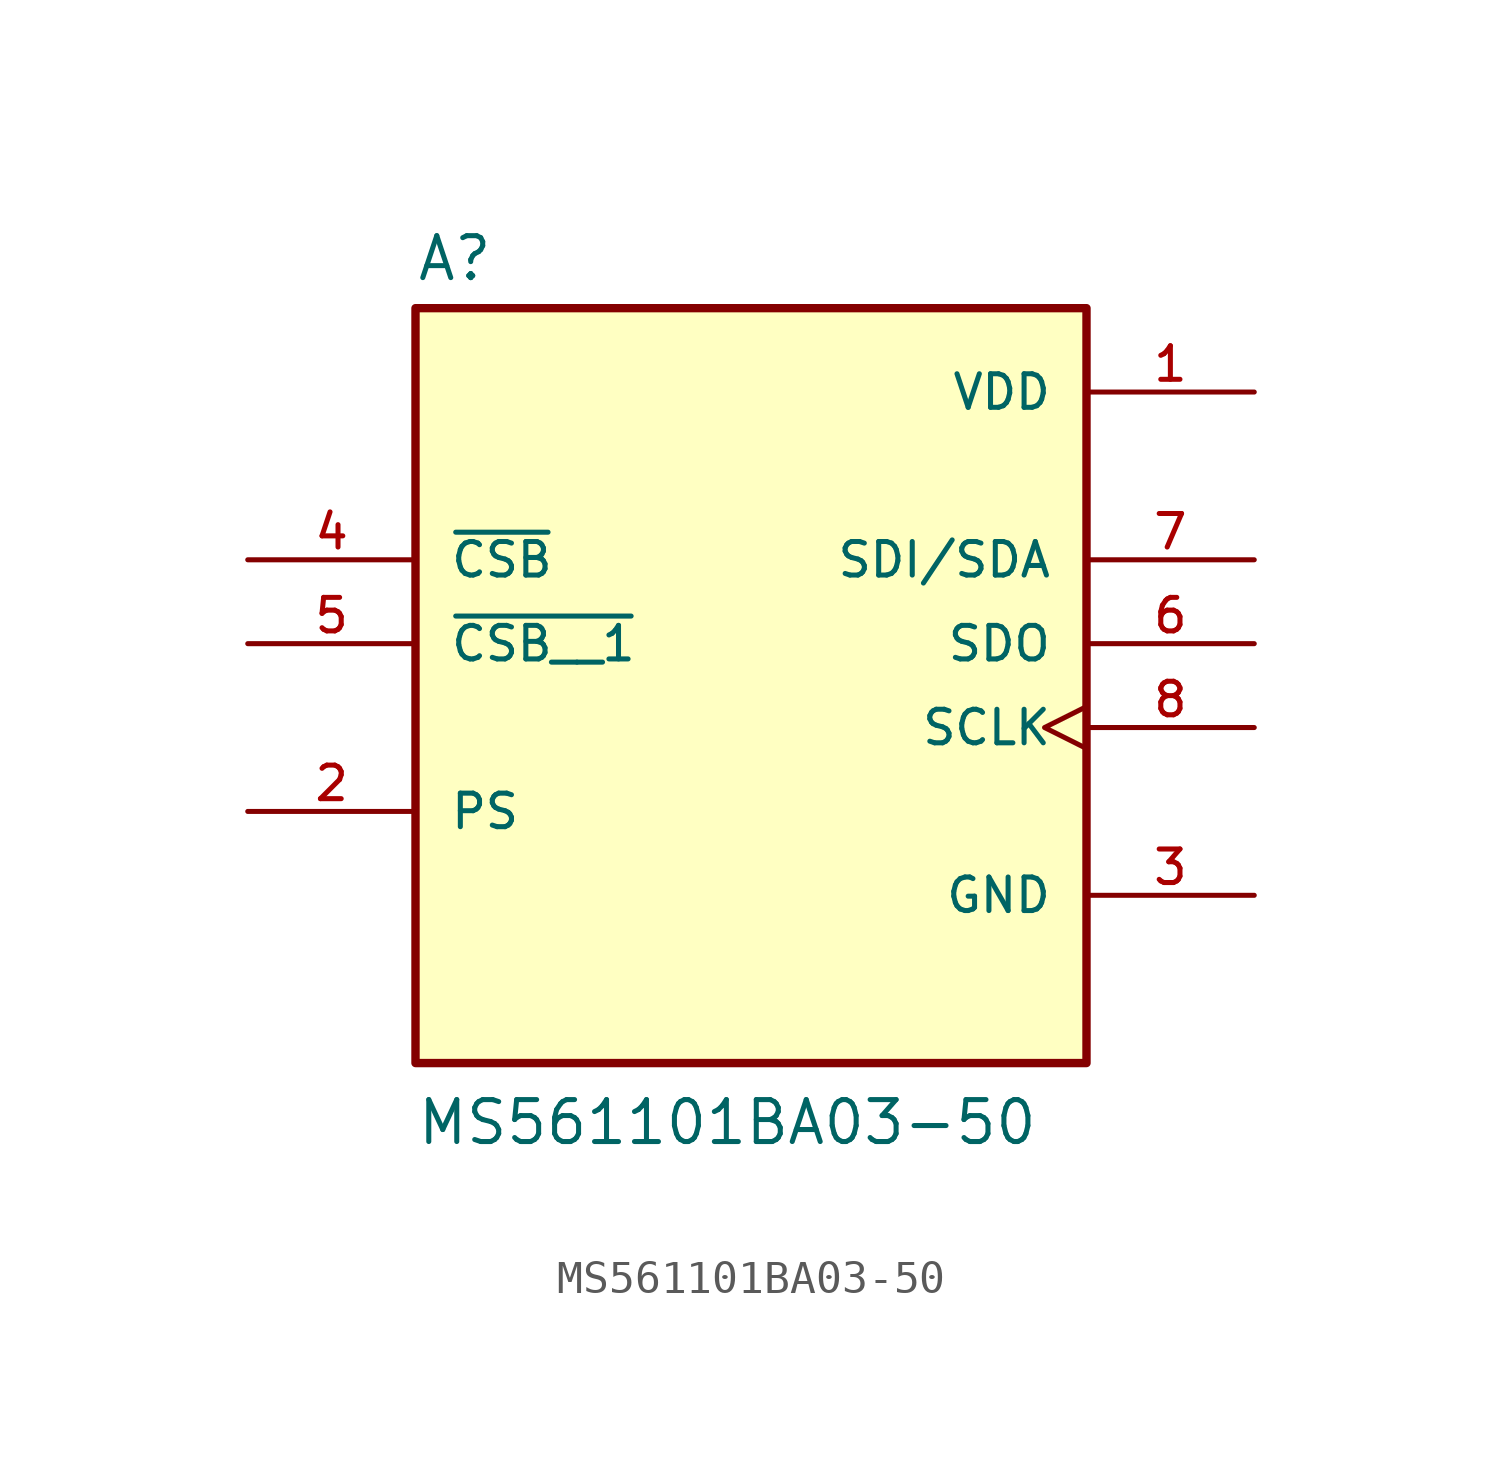
<source format=kicad_sym>
(kicad_symbol_lib
  (version 20211014)
  (generator kicad_symbol_editor)
  (symbol "MS561101BA03-50"
    (pin_names
      (offset 1.016))
    (property "Reference" "A"
      (at -10.16 10.922 0)
      (effects (font (size 1.27 1.27)) (justify bottom left)))
    (property "Value" "MS561101BA03-50"
      (at -10.16 -15.24 0)
      (effects (font (size 1.27 1.27)) (justify bottom left)))
    (symbol "MS561101BA03-50_0_0"
      (rectangle (start -10.16 -12.7) (end 10.16 10.16) (stroke (width 0.254)) (fill (type background)))
      (pin power_in line (at 15.24 7.62 180.0) (length 5.08) (name "VDD" (effects (font (size 1.016 1.016)))) (number "1" (effects (font (size 1.016 1.016)))))
      (pin power_in line (at 15.24 -7.62 180.0) (length 5.08) (name "GND" (effects (font (size 1.016 1.016)))) (number "3" (effects (font (size 1.016 1.016)))))
      (pin input line (at -15.24 -5.08 0) (length 5.08) (name "PS" (effects (font (size 1.016 1.016)))) (number "2" (effects (font (size 1.016 1.016)))))
      (pin input line (at -15.24 2.54 0) (length 5.08) (name "~{CSB}" (effects (font (size 1.016 1.016)))) (number "4" (effects (font (size 1.016 1.016)))))
      (pin output line (at 15.24 0.0 180.0) (length 5.08) (name "SDO" (effects (font (size 1.016 1.016)))) (number "6" (effects (font (size 1.016 1.016)))))
      (pin bidirectional line (at 15.24 2.54 180.0) (length 5.08) (name "SDI/SDA" (effects (font (size 1.016 1.016)))) (number "7" (effects (font (size 1.016 1.016)))))
      (pin input clock (at 15.24 -2.54 180.0) (length 5.08) (name "SCLK" (effects (font (size 1.016 1.016)))) (number "8" (effects (font (size 1.016 1.016)))))
      (pin input line (at -15.24 0.0 0) (length 5.08) (name "~{CSB__1}" (effects (font (size 1.016 1.016)))) (number "5" (effects (font (size 1.016 1.016))))))))
</source>
